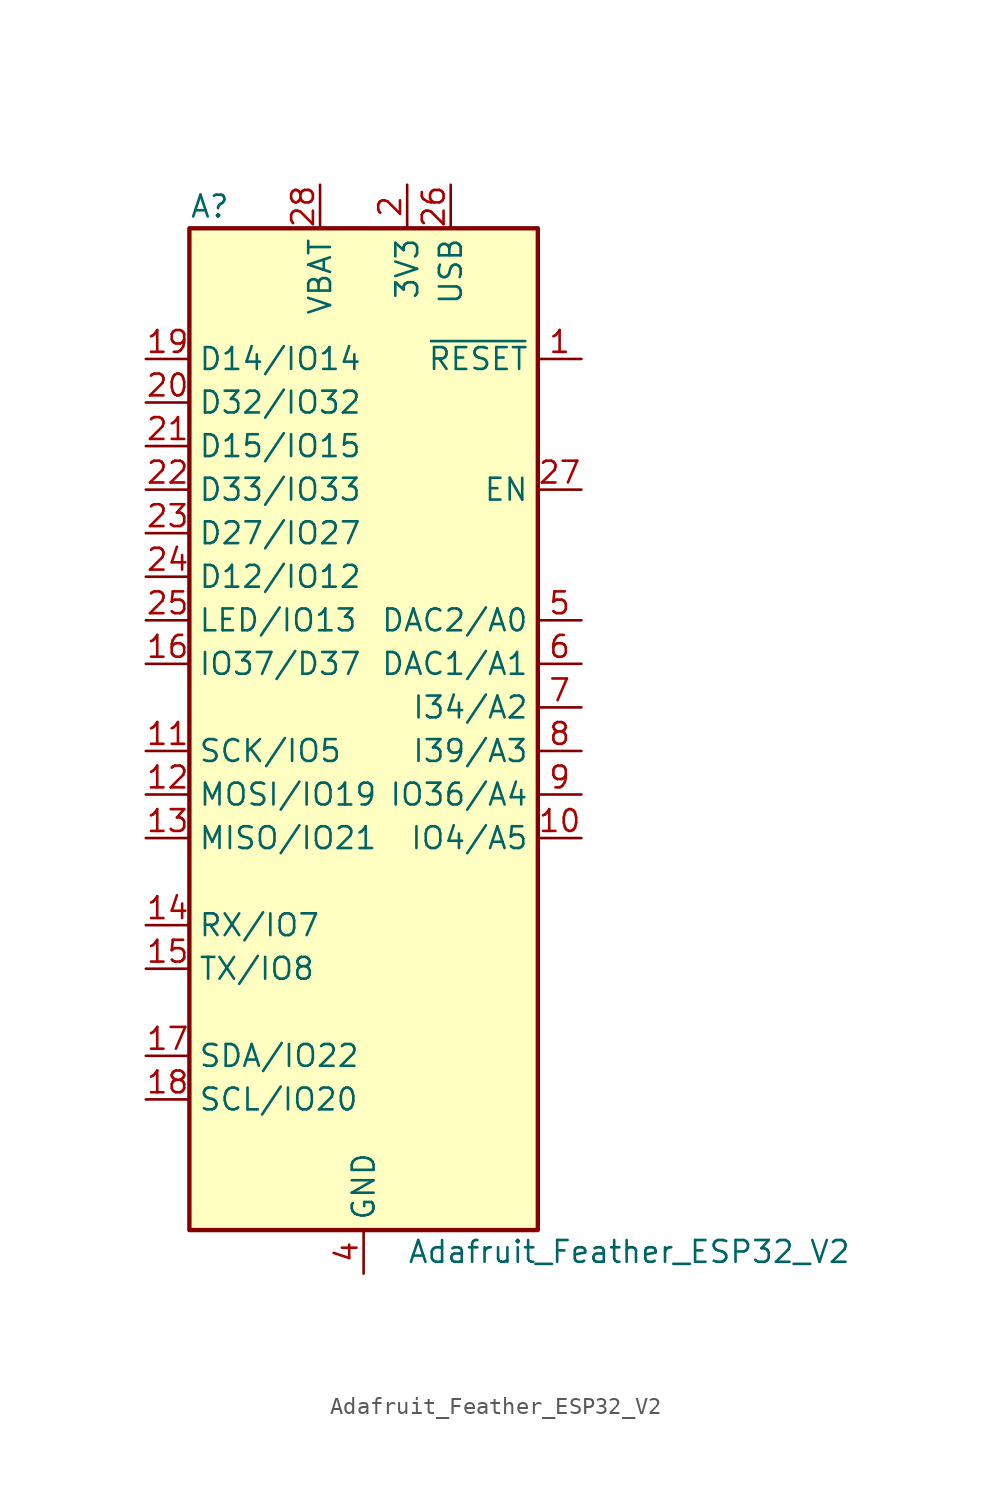
<source format=kicad_sym>
(kicad_symbol_lib
  (version 20241209)
  (generator "kicad_symbol_editor")
  (generator_version "9.0")
  (symbol "Adafruit_Feather_ESP32_V2"
    (property "Reference" "A"
      (at -10.16 29.21 0)
      (effects (font (size 1.27 1.27)) (justify left)))
    (property "Value" "Adafruit_Feather_ESP32_V2"
      (at 2.54 -31.75 0)
      (effects (font (size 1.27 1.27)) (justify left)))
    (symbol "Adafruit_Feather_ESP32_V2_0_1"
      (rectangle (start -10.16 27.94) (end 10.16 -30.48) (stroke (width 0.254) (type default)) (fill (type background))))
    (symbol "Adafruit_Feather_ESP32_V2_1_1"
      (pin bidirectional line (at -12.7 20.32 0) (length 2.54) (name "D14/IO14" (effects (font (size 1.27 1.27)))) (number "19" (effects (font (size 1.27 1.27)))))
      (pin bidirectional line (at -12.7 17.78 0) (length 2.54) (name "D32/IO32" (effects (font (size 1.27 1.27)))) (number "20" (effects (font (size 1.27 1.27)))))
      (pin bidirectional line (at -12.7 15.24 0) (length 2.54) (name "D15/IO15" (effects (font (size 1.27 1.27)))) (number "21" (effects (font (size 1.27 1.27)))))
      (pin bidirectional line (at -12.7 12.7 0) (length 2.54) (name "D33/IO33" (effects (font (size 1.27 1.27)))) (number "22" (effects (font (size 1.27 1.27)))))
      (pin bidirectional line (at -12.7 10.16 0) (length 2.54) (name "D27/IO27" (effects (font (size 1.27 1.27)))) (number "23" (effects (font (size 1.27 1.27)))))
      (pin bidirectional line (at -12.7 7.62 0) (length 2.54) (name "D12/IO12" (effects (font (size 1.27 1.27)))) (number "24" (effects (font (size 1.27 1.27)))))
      (pin bidirectional line (at -12.7 5.08 0) (length 2.54) (name "LED/IO13" (effects (font (size 1.27 1.27)))) (number "25" (effects (font (size 1.27 1.27)))))
      (pin bidirectional line (at -12.7 2.54 0) (length 2.54) (name "IO37/D37" (effects (font (size 1.27 1.27)))) (number "16" (effects (font (size 1.27 1.27)))))
      (pin bidirectional line (at -12.7 -2.54 0) (length 2.54) (name "SCK/IO5" (effects (font (size 1.27 1.27)))) (number "11" (effects (font (size 1.27 1.27)))))
      (pin bidirectional line (at -12.7 -5.08 0) (length 2.54) (name "MOSI/IO19" (effects (font (size 1.27 1.27)))) (number "12" (effects (font (size 1.27 1.27)))))
      (pin bidirectional line (at -12.7 -7.62 0) (length 2.54) (name "MISO/IO21" (effects (font (size 1.27 1.27)))) (number "13" (effects (font (size 1.27 1.27)))))
      (pin bidirectional line (at -12.7 -12.7 0) (length 2.54) (name "RX/IO7" (effects (font (size 1.27 1.27)))) (number "14" (effects (font (size 1.27 1.27)))))
      (pin bidirectional line (at -12.7 -15.24 0) (length 2.54) (name "TX/IO8" (effects (font (size 1.27 1.27)))) (number "15" (effects (font (size 1.27 1.27)))))
      (pin bidirectional line (at -12.7 -20.32 0) (length 2.54) (name "SDA/IO22" (effects (font (size 1.27 1.27)))) (number "17" (effects (font (size 1.27 1.27)))))
      (pin bidirectional line (at -12.7 -22.86 0) (length 2.54) (name "SCL/IO20" (effects (font (size 1.27 1.27)))) (number "18" (effects (font (size 1.27 1.27)))))
      (pin power_in line (at -2.54 30.48 270) (length 2.54) (name "VBAT" (effects (font (size 1.27 1.27)))) (number "28" (effects (font (size 1.27 1.27)))))
      (pin power_in line (at 0 -33.02 90) (length 2.54) (name "GND" (effects (font (size 1.27 1.27)))) (number "4" (effects (font (size 1.27 1.27)))))
      (pin power_in line (at 2.54 30.48 270) (length 2.54) (name "3V3" (effects (font (size 1.27 1.27)))) (number "2" (effects (font (size 1.27 1.27)))))
      (pin power_in line (at 5.08 30.48 270) (length 2.54) (name "USB" (effects (font (size 1.27 1.27)))) (number "26" (effects (font (size 1.27 1.27)))))
      (pin no_connect line (at 10.16 10.16 180) (length 2.54) (hide yes) (name "NC" (effects (font (size 1.27 1.27)))) (number "3" (effects (font (size 1.27 1.27)))))
      (pin input line (at 12.7 20.32 180) (length 2.54) (name "~{RESET}" (effects (font (size 1.27 1.27)))) (number "1" (effects (font (size 1.27 1.27)))))
      (pin input line (at 12.7 12.7 180) (length 2.54) (name "EN" (effects (font (size 1.27 1.27)))) (number "27" (effects (font (size 1.27 1.27)))))
      (pin bidirectional line (at 12.7 5.08 180) (length 2.54) (name "DAC2/A0" (effects (font (size 1.27 1.27)))) (number "5" (effects (font (size 1.27 1.27)))))
      (pin bidirectional line (at 12.7 2.54 180) (length 2.54) (name "DAC1/A1" (effects (font (size 1.27 1.27)))) (number "6" (effects (font (size 1.27 1.27)))))
      (pin bidirectional line (at 12.7 0 180) (length 2.54) (name "I34/A2" (effects (font (size 1.27 1.27)))) (number "7" (effects (font (size 1.27 1.27)))))
      (pin bidirectional line (at 12.7 -2.54 180) (length 2.54) (name "I39/A3" (effects (font (size 1.27 1.27)))) (number "8" (effects (font (size 1.27 1.27)))))
      (pin bidirectional line (at 12.7 -5.08 180) (length 2.54) (name "IO36/A4" (effects (font (size 1.27 1.27)))) (number "9" (effects (font (size 1.27 1.27)))))
      (pin bidirectional line (at 12.7 -7.62 180) (length 2.54) (name "IO4/A5" (effects (font (size 1.27 1.27)))) (number "10" (effects (font (size 1.27 1.27))))))))
</source>
